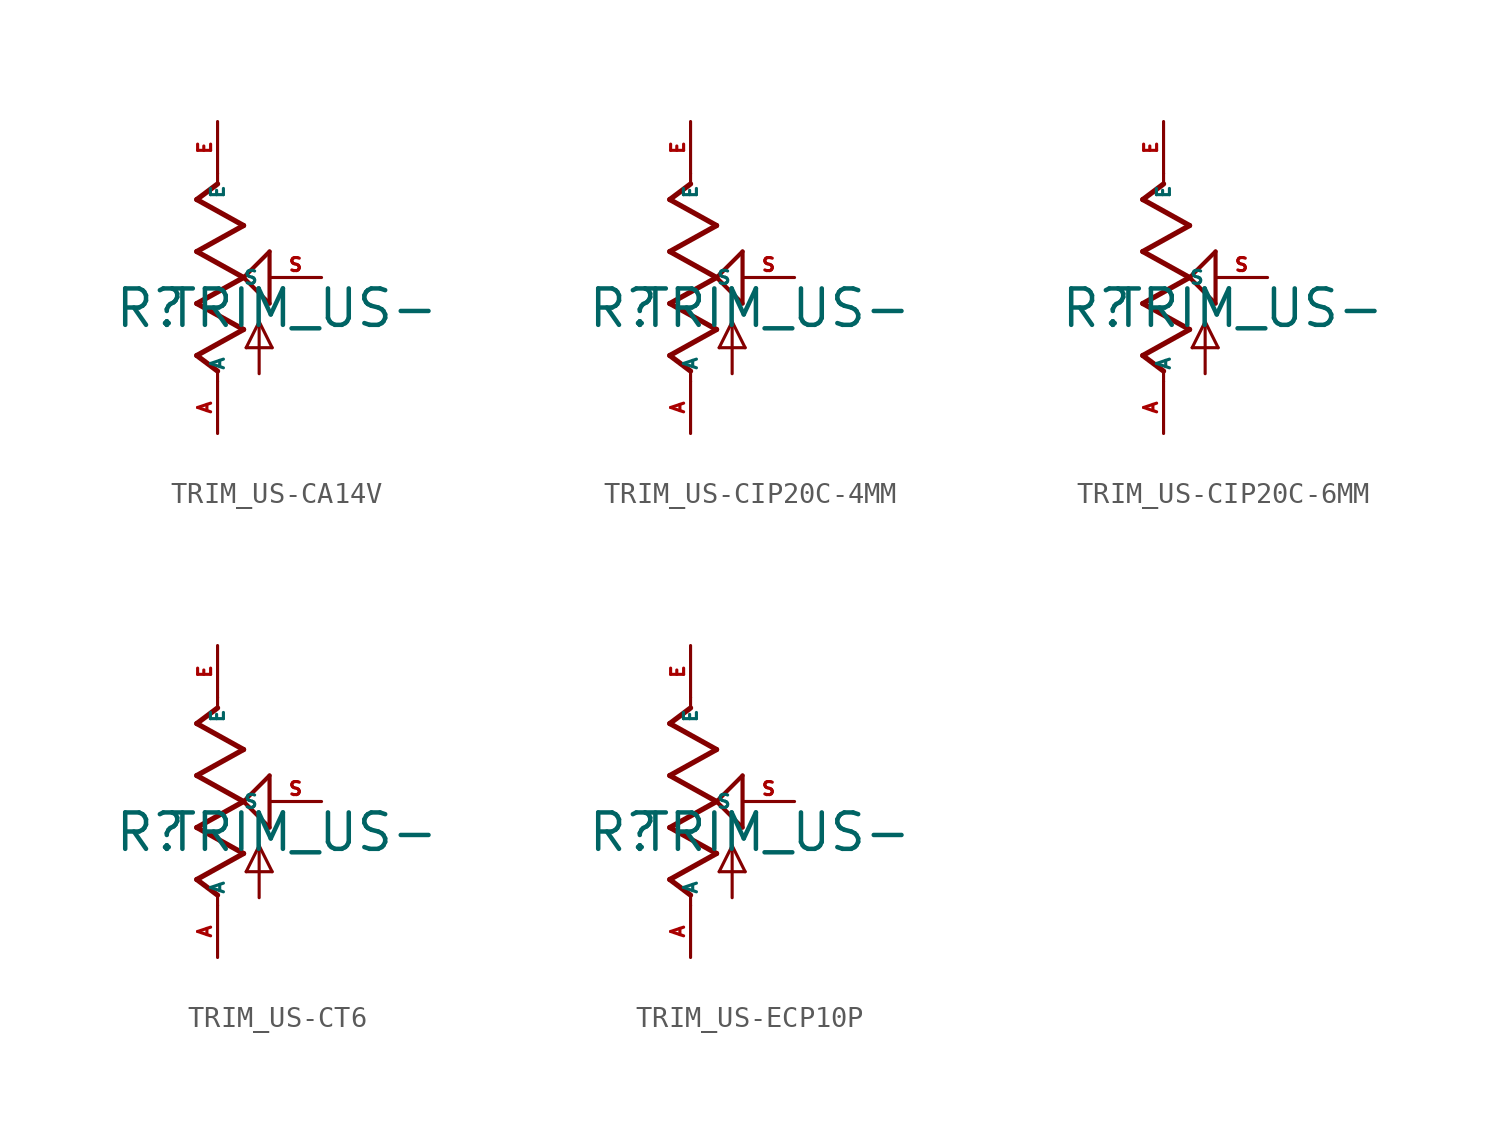
<source format=kicad_sym>
(kicad_symbol_lib
  (version 20220914)
  (generator Eagle2Kicad)
  (symbol "TRIM_US-CA14V"
    (property "Reference" "R"
      (at -5.08 -2.54 0)
      (effects (font (size 1.778 1.778) (thickness 0.22)) (justify left bottom)))
    (property "Value" "TRIM_US-"
      (at -2.54 -2.54 0)
      (effects (font (size 1.778 1.778) (thickness 0.22)) (justify left bottom)))
    (polyline
      (pts (xy 0 -5.08) (xy 0 -4.572))
      (stroke (width 0.152) (type default))
      (fill (type none)))
    (polyline
      (pts (xy 0 -4.572) (xy -1.016 -3.81))
      (stroke (width 0.254) (type default))
      (fill (type none)))
    (polyline
      (pts (xy -1.016 -3.81) (xy 1.27 -2.54))
      (stroke (width 0.254) (type default))
      (fill (type none)))
    (polyline
      (pts (xy 1.27 -2.54) (xy -1.016 -1.27))
      (stroke (width 0.254) (type default))
      (fill (type none)))
    (polyline
      (pts (xy -1.016 -1.27) (xy 1.27 0))
      (stroke (width 0.254) (type default))
      (fill (type none)))
    (polyline
      (pts (xy 1.27 0) (xy -1.016 1.27))
      (stroke (width 0.254) (type default))
      (fill (type none)))
    (polyline
      (pts (xy -1.016 1.27) (xy 1.27 2.54))
      (stroke (width 0.254) (type default))
      (fill (type none)))
    (polyline
      (pts (xy 1.27 2.54) (xy -1.016 3.81))
      (stroke (width 0.254) (type default))
      (fill (type none)))
    (polyline
      (pts (xy -1.016 3.81) (xy 0 4.572))
      (stroke (width 0.254) (type default))
      (fill (type none)))
    (polyline
      (pts (xy 0 4.572) (xy 0 5.08))
      (stroke (width 0.152) (type default))
      (fill (type none)))
    (polyline
      (pts (xy 1.27 0) (xy 2.54 1.27))
      (stroke (width 0.203) (type default))
      (fill (type none)))
    (polyline
      (pts (xy 2.54 -1.27) (xy 1.27 0))
      (stroke (width 0.203) (type default))
      (fill (type none)))
    (polyline
      (pts (xy 2.54 1.27) (xy 2.54 -1.27))
      (stroke (width 0.203) (type default))
      (fill (type none)))
    (polyline
      (pts (xy 2.032 -4.699) (xy 2.032 -2.159))
      (stroke (width 0.152) (type default))
      (fill (type none)))
    (polyline
      (pts (xy 2.032 -2.159) (xy 2.667 -3.429))
      (stroke (width 0.152) (type default))
      (fill (type none)))
    (polyline
      (pts (xy 2.667 -3.429) (xy 1.397 -3.429))
      (stroke (width 0.152) (type default))
      (fill (type none)))
    (polyline
      (pts (xy 1.397 -3.429) (xy 2.032 -2.159))
      (stroke (width 0.152) (type default))
      (fill (type none)))
    (pin passive line
      (at 0 -7.62 90)
      (length 2.54)
      (name "A" (effects (font (size 0.635 0.635) (thickness 0.08)) (justify left bottom)))
      (number "A" (effects (font (size 0.635 0.635) (thickness 0.08)) (justify left bottom))))
    (pin passive line
      (at 0 7.62 270)
      (length 2.54)
      (name "E" (effects (font (size 0.635 0.635) (thickness 0.08)) (justify left bottom)))
      (number "E" (effects (font (size 0.635 0.635) (thickness 0.08)) (justify left bottom))))
    (pin passive line
      (at 5.08 0 180)
      (length 2.54)
      (name "S" (effects (font (size 0.635 0.635) (thickness 0.08)) (justify left bottom)))
      (number "S" (effects (font (size 0.635 0.635) (thickness 0.08)) (justify left bottom)))))
  (symbol "TRIM_US-CIP20C-4MM"
    (property "Reference" "R"
      (at -5.08 -2.54 0)
      (effects (font (size 1.778 1.778) (thickness 0.22)) (justify left bottom)))
    (property "Value" "TRIM_US-"
      (at -2.54 -2.54 0)
      (effects (font (size 1.778 1.778) (thickness 0.22)) (justify left bottom)))
    (polyline
      (pts (xy 0 -5.08) (xy 0 -4.572))
      (stroke (width 0.152) (type default))
      (fill (type none)))
    (polyline
      (pts (xy 0 -4.572) (xy -1.016 -3.81))
      (stroke (width 0.254) (type default))
      (fill (type none)))
    (polyline
      (pts (xy -1.016 -3.81) (xy 1.27 -2.54))
      (stroke (width 0.254) (type default))
      (fill (type none)))
    (polyline
      (pts (xy 1.27 -2.54) (xy -1.016 -1.27))
      (stroke (width 0.254) (type default))
      (fill (type none)))
    (polyline
      (pts (xy -1.016 -1.27) (xy 1.27 0))
      (stroke (width 0.254) (type default))
      (fill (type none)))
    (polyline
      (pts (xy 1.27 0) (xy -1.016 1.27))
      (stroke (width 0.254) (type default))
      (fill (type none)))
    (polyline
      (pts (xy -1.016 1.27) (xy 1.27 2.54))
      (stroke (width 0.254) (type default))
      (fill (type none)))
    (polyline
      (pts (xy 1.27 2.54) (xy -1.016 3.81))
      (stroke (width 0.254) (type default))
      (fill (type none)))
    (polyline
      (pts (xy -1.016 3.81) (xy 0 4.572))
      (stroke (width 0.254) (type default))
      (fill (type none)))
    (polyline
      (pts (xy 0 4.572) (xy 0 5.08))
      (stroke (width 0.152) (type default))
      (fill (type none)))
    (polyline
      (pts (xy 1.27 0) (xy 2.54 1.27))
      (stroke (width 0.203) (type default))
      (fill (type none)))
    (polyline
      (pts (xy 2.54 -1.27) (xy 1.27 0))
      (stroke (width 0.203) (type default))
      (fill (type none)))
    (polyline
      (pts (xy 2.54 1.27) (xy 2.54 -1.27))
      (stroke (width 0.203) (type default))
      (fill (type none)))
    (polyline
      (pts (xy 2.032 -4.699) (xy 2.032 -2.159))
      (stroke (width 0.152) (type default))
      (fill (type none)))
    (polyline
      (pts (xy 2.032 -2.159) (xy 2.667 -3.429))
      (stroke (width 0.152) (type default))
      (fill (type none)))
    (polyline
      (pts (xy 2.667 -3.429) (xy 1.397 -3.429))
      (stroke (width 0.152) (type default))
      (fill (type none)))
    (polyline
      (pts (xy 1.397 -3.429) (xy 2.032 -2.159))
      (stroke (width 0.152) (type default))
      (fill (type none)))
    (pin passive line
      (at 0 -7.62 90)
      (length 2.54)
      (name "A" (effects (font (size 0.635 0.635) (thickness 0.08)) (justify left bottom)))
      (number "A" (effects (font (size 0.635 0.635) (thickness 0.08)) (justify left bottom))))
    (pin passive line
      (at 0 7.62 270)
      (length 2.54)
      (name "E" (effects (font (size 0.635 0.635) (thickness 0.08)) (justify left bottom)))
      (number "E" (effects (font (size 0.635 0.635) (thickness 0.08)) (justify left bottom))))
    (pin passive line
      (at 5.08 0 180)
      (length 2.54)
      (name "S" (effects (font (size 0.635 0.635) (thickness 0.08)) (justify left bottom)))
      (number "S" (effects (font (size 0.635 0.635) (thickness 0.08)) (justify left bottom)))))
  (symbol "TRIM_US-CIP20C-6MM"
    (property "Reference" "R"
      (at -5.08 -2.54 0)
      (effects (font (size 1.778 1.778) (thickness 0.22)) (justify left bottom)))
    (property "Value" "TRIM_US-"
      (at -2.54 -2.54 0)
      (effects (font (size 1.778 1.778) (thickness 0.22)) (justify left bottom)))
    (polyline
      (pts (xy 0 -5.08) (xy 0 -4.572))
      (stroke (width 0.152) (type default))
      (fill (type none)))
    (polyline
      (pts (xy 0 -4.572) (xy -1.016 -3.81))
      (stroke (width 0.254) (type default))
      (fill (type none)))
    (polyline
      (pts (xy -1.016 -3.81) (xy 1.27 -2.54))
      (stroke (width 0.254) (type default))
      (fill (type none)))
    (polyline
      (pts (xy 1.27 -2.54) (xy -1.016 -1.27))
      (stroke (width 0.254) (type default))
      (fill (type none)))
    (polyline
      (pts (xy -1.016 -1.27) (xy 1.27 0))
      (stroke (width 0.254) (type default))
      (fill (type none)))
    (polyline
      (pts (xy 1.27 0) (xy -1.016 1.27))
      (stroke (width 0.254) (type default))
      (fill (type none)))
    (polyline
      (pts (xy -1.016 1.27) (xy 1.27 2.54))
      (stroke (width 0.254) (type default))
      (fill (type none)))
    (polyline
      (pts (xy 1.27 2.54) (xy -1.016 3.81))
      (stroke (width 0.254) (type default))
      (fill (type none)))
    (polyline
      (pts (xy -1.016 3.81) (xy 0 4.572))
      (stroke (width 0.254) (type default))
      (fill (type none)))
    (polyline
      (pts (xy 0 4.572) (xy 0 5.08))
      (stroke (width 0.152) (type default))
      (fill (type none)))
    (polyline
      (pts (xy 1.27 0) (xy 2.54 1.27))
      (stroke (width 0.203) (type default))
      (fill (type none)))
    (polyline
      (pts (xy 2.54 -1.27) (xy 1.27 0))
      (stroke (width 0.203) (type default))
      (fill (type none)))
    (polyline
      (pts (xy 2.54 1.27) (xy 2.54 -1.27))
      (stroke (width 0.203) (type default))
      (fill (type none)))
    (polyline
      (pts (xy 2.032 -4.699) (xy 2.032 -2.159))
      (stroke (width 0.152) (type default))
      (fill (type none)))
    (polyline
      (pts (xy 2.032 -2.159) (xy 2.667 -3.429))
      (stroke (width 0.152) (type default))
      (fill (type none)))
    (polyline
      (pts (xy 2.667 -3.429) (xy 1.397 -3.429))
      (stroke (width 0.152) (type default))
      (fill (type none)))
    (polyline
      (pts (xy 1.397 -3.429) (xy 2.032 -2.159))
      (stroke (width 0.152) (type default))
      (fill (type none)))
    (pin passive line
      (at 0 -7.62 90)
      (length 2.54)
      (name "A" (effects (font (size 0.635 0.635) (thickness 0.08)) (justify left bottom)))
      (number "A" (effects (font (size 0.635 0.635) (thickness 0.08)) (justify left bottom))))
    (pin passive line
      (at 0 7.62 270)
      (length 2.54)
      (name "E" (effects (font (size 0.635 0.635) (thickness 0.08)) (justify left bottom)))
      (number "E" (effects (font (size 0.635 0.635) (thickness 0.08)) (justify left bottom))))
    (pin passive line
      (at 5.08 0 180)
      (length 2.54)
      (name "S" (effects (font (size 0.635 0.635) (thickness 0.08)) (justify left bottom)))
      (number "S" (effects (font (size 0.635 0.635) (thickness 0.08)) (justify left bottom)))))
  (symbol "TRIM_US-CT6"
    (property "Reference" "R"
      (at -5.08 -2.54 0)
      (effects (font (size 1.778 1.778) (thickness 0.22)) (justify left bottom)))
    (property "Value" "TRIM_US-"
      (at -2.54 -2.54 0)
      (effects (font (size 1.778 1.778) (thickness 0.22)) (justify left bottom)))
    (polyline
      (pts (xy 0 -5.08) (xy 0 -4.572))
      (stroke (width 0.152) (type default))
      (fill (type none)))
    (polyline
      (pts (xy 0 -4.572) (xy -1.016 -3.81))
      (stroke (width 0.254) (type default))
      (fill (type none)))
    (polyline
      (pts (xy -1.016 -3.81) (xy 1.27 -2.54))
      (stroke (width 0.254) (type default))
      (fill (type none)))
    (polyline
      (pts (xy 1.27 -2.54) (xy -1.016 -1.27))
      (stroke (width 0.254) (type default))
      (fill (type none)))
    (polyline
      (pts (xy -1.016 -1.27) (xy 1.27 0))
      (stroke (width 0.254) (type default))
      (fill (type none)))
    (polyline
      (pts (xy 1.27 0) (xy -1.016 1.27))
      (stroke (width 0.254) (type default))
      (fill (type none)))
    (polyline
      (pts (xy -1.016 1.27) (xy 1.27 2.54))
      (stroke (width 0.254) (type default))
      (fill (type none)))
    (polyline
      (pts (xy 1.27 2.54) (xy -1.016 3.81))
      (stroke (width 0.254) (type default))
      (fill (type none)))
    (polyline
      (pts (xy -1.016 3.81) (xy 0 4.572))
      (stroke (width 0.254) (type default))
      (fill (type none)))
    (polyline
      (pts (xy 0 4.572) (xy 0 5.08))
      (stroke (width 0.152) (type default))
      (fill (type none)))
    (polyline
      (pts (xy 1.27 0) (xy 2.54 1.27))
      (stroke (width 0.203) (type default))
      (fill (type none)))
    (polyline
      (pts (xy 2.54 -1.27) (xy 1.27 0))
      (stroke (width 0.203) (type default))
      (fill (type none)))
    (polyline
      (pts (xy 2.54 1.27) (xy 2.54 -1.27))
      (stroke (width 0.203) (type default))
      (fill (type none)))
    (polyline
      (pts (xy 2.032 -4.699) (xy 2.032 -2.159))
      (stroke (width 0.152) (type default))
      (fill (type none)))
    (polyline
      (pts (xy 2.032 -2.159) (xy 2.667 -3.429))
      (stroke (width 0.152) (type default))
      (fill (type none)))
    (polyline
      (pts (xy 2.667 -3.429) (xy 1.397 -3.429))
      (stroke (width 0.152) (type default))
      (fill (type none)))
    (polyline
      (pts (xy 1.397 -3.429) (xy 2.032 -2.159))
      (stroke (width 0.152) (type default))
      (fill (type none)))
    (pin passive line
      (at 0 -7.62 90)
      (length 2.54)
      (name "A" (effects (font (size 0.635 0.635) (thickness 0.08)) (justify left bottom)))
      (number "A" (effects (font (size 0.635 0.635) (thickness 0.08)) (justify left bottom))))
    (pin passive line
      (at 0 7.62 270)
      (length 2.54)
      (name "E" (effects (font (size 0.635 0.635) (thickness 0.08)) (justify left bottom)))
      (number "E" (effects (font (size 0.635 0.635) (thickness 0.08)) (justify left bottom))))
    (pin passive line
      (at 5.08 0 180)
      (length 2.54)
      (name "S" (effects (font (size 0.635 0.635) (thickness 0.08)) (justify left bottom)))
      (number "S" (effects (font (size 0.635 0.635) (thickness 0.08)) (justify left bottom)))))
  (symbol "TRIM_US-ECP10P"
    (property "Reference" "R"
      (at -5.08 -2.54 0)
      (effects (font (size 1.778 1.778) (thickness 0.22)) (justify left bottom)))
    (property "Value" "TRIM_US-"
      (at -2.54 -2.54 0)
      (effects (font (size 1.778 1.778) (thickness 0.22)) (justify left bottom)))
    (polyline
      (pts (xy 0 -5.08) (xy 0 -4.572))
      (stroke (width 0.152) (type default))
      (fill (type none)))
    (polyline
      (pts (xy 0 -4.572) (xy -1.016 -3.81))
      (stroke (width 0.254) (type default))
      (fill (type none)))
    (polyline
      (pts (xy -1.016 -3.81) (xy 1.27 -2.54))
      (stroke (width 0.254) (type default))
      (fill (type none)))
    (polyline
      (pts (xy 1.27 -2.54) (xy -1.016 -1.27))
      (stroke (width 0.254) (type default))
      (fill (type none)))
    (polyline
      (pts (xy -1.016 -1.27) (xy 1.27 0))
      (stroke (width 0.254) (type default))
      (fill (type none)))
    (polyline
      (pts (xy 1.27 0) (xy -1.016 1.27))
      (stroke (width 0.254) (type default))
      (fill (type none)))
    (polyline
      (pts (xy -1.016 1.27) (xy 1.27 2.54))
      (stroke (width 0.254) (type default))
      (fill (type none)))
    (polyline
      (pts (xy 1.27 2.54) (xy -1.016 3.81))
      (stroke (width 0.254) (type default))
      (fill (type none)))
    (polyline
      (pts (xy -1.016 3.81) (xy 0 4.572))
      (stroke (width 0.254) (type default))
      (fill (type none)))
    (polyline
      (pts (xy 0 4.572) (xy 0 5.08))
      (stroke (width 0.152) (type default))
      (fill (type none)))
    (polyline
      (pts (xy 1.27 0) (xy 2.54 1.27))
      (stroke (width 0.203) (type default))
      (fill (type none)))
    (polyline
      (pts (xy 2.54 -1.27) (xy 1.27 0))
      (stroke (width 0.203) (type default))
      (fill (type none)))
    (polyline
      (pts (xy 2.54 1.27) (xy 2.54 -1.27))
      (stroke (width 0.203) (type default))
      (fill (type none)))
    (polyline
      (pts (xy 2.032 -4.699) (xy 2.032 -2.159))
      (stroke (width 0.152) (type default))
      (fill (type none)))
    (polyline
      (pts (xy 2.032 -2.159) (xy 2.667 -3.429))
      (stroke (width 0.152) (type default))
      (fill (type none)))
    (polyline
      (pts (xy 2.667 -3.429) (xy 1.397 -3.429))
      (stroke (width 0.152) (type default))
      (fill (type none)))
    (polyline
      (pts (xy 1.397 -3.429) (xy 2.032 -2.159))
      (stroke (width 0.152) (type default))
      (fill (type none)))
    (pin passive line
      (at 0 -7.62 90)
      (length 2.54)
      (name "A" (effects (font (size 0.635 0.635) (thickness 0.08)) (justify left bottom)))
      (number "A" (effects (font (size 0.635 0.635) (thickness 0.08)) (justify left bottom))))
    (pin passive line
      (at 0 7.62 270)
      (length 2.54)
      (name "E" (effects (font (size 0.635 0.635) (thickness 0.08)) (justify left bottom)))
      (number "E" (effects (font (size 0.635 0.635) (thickness 0.08)) (justify left bottom))))
    (pin passive line
      (at 5.08 0 180)
      (length 2.54)
      (name "S" (effects (font (size 0.635 0.635) (thickness 0.08)) (justify left bottom)))
      (number "S" (effects (font (size 0.635 0.635) (thickness 0.08)) (justify left bottom))))))
</source>
